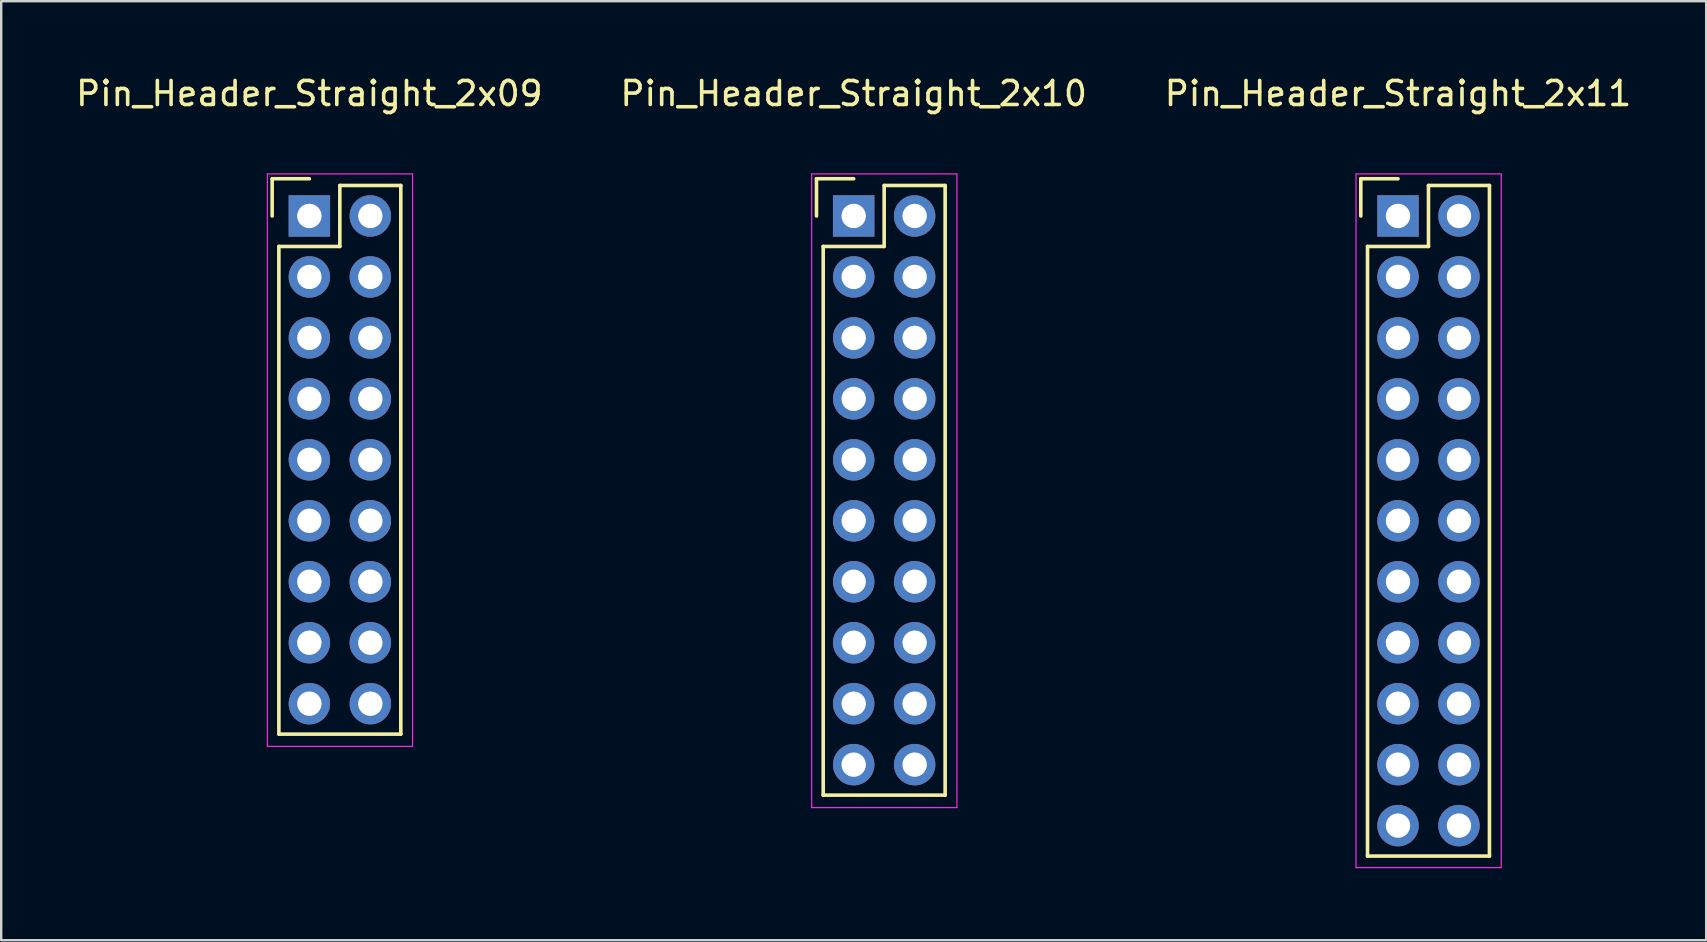
<source format=kicad_pcb>
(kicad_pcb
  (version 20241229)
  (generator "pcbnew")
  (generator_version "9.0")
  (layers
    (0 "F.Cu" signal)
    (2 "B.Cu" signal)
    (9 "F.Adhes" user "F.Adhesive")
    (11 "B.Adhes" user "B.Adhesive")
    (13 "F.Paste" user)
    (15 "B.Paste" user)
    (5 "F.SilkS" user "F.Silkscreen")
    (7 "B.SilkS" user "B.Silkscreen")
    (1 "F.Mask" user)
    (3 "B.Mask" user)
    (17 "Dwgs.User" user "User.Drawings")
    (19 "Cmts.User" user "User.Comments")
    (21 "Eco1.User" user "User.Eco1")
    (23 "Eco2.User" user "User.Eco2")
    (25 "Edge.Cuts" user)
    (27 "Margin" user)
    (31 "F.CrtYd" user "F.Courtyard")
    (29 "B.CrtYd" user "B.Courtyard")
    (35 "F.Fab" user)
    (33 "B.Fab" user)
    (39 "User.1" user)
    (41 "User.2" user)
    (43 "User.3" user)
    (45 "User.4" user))
  (footprint "Pin_Header_Straight_2x10"
    (layer "F.Cu")
    (at 32.518 5.948)
    (property "Reference" "Pin_Header_Straight_2x10" (at 0 -5.1 0) (layer "F.SilkS") (effects (font (size 1 1) (thickness 0.15))))
    (attr through_hole)
    (fp_line (start -1.55 -1.55) (end -1.55 0) (stroke (width 0.15) (type solid)) (layer "F.SilkS"))
    (fp_line (start -1.27 1.27) (end -1.27 24.13) (stroke (width 0.15) (type solid)) (layer "F.SilkS"))
    (fp_line (start 0 -1.55) (end -1.55 -1.55) (stroke (width 0.15) (type solid)) (layer "F.SilkS"))
    (fp_line (start 1.27 -1.27) (end 1.27 1.27) (stroke (width 0.15) (type solid)) (layer "F.SilkS"))
    (fp_line (start 1.27 1.27) (end -1.27 1.27) (stroke (width 0.15) (type solid)) (layer "F.SilkS"))
    (fp_line (start 3.81 -1.27) (end 1.27 -1.27) (stroke (width 0.15) (type solid)) (layer "F.SilkS"))
    (fp_line (start 3.81 24.13) (end -1.27 24.13) (stroke (width 0.15) (type solid)) (layer "F.SilkS"))
    (fp_line (start 3.81 24.13) (end 3.81 -1.27) (stroke (width 0.15) (type solid)) (layer "F.SilkS"))
    (fp_line (start -1.75 -1.75) (end -1.75 24.65) (stroke (width 0.05) (type solid)) (layer "F.CrtYd"))
    (fp_line (start -1.75 -1.75) (end 4.3 -1.75) (stroke (width 0.05) (type solid)) (layer "F.CrtYd"))
    (fp_line (start -1.75 24.65) (end 4.3 24.65) (stroke (width 0.05) (type solid)) (layer "F.CrtYd"))
    (fp_line (start 4.3 -1.75) (end 4.3 24.65) (stroke (width 0.05) (type solid)) (layer "F.CrtYd"))
    (pad "1" thru_hole rect (at 0 0) (size 1.727 1.727) (drill 1.016) (layers "*.Cu" "*.Mask"))
    (pad "2" thru_hole oval (at 2.54 0) (size 1.727 1.727) (drill 1.016) (layers "*.Cu" "*.Mask"))
    (pad "3" thru_hole oval (at 0 2.54) (size 1.727 1.727) (drill 1.016) (layers "*.Cu" "*.Mask"))
    (pad "4" thru_hole oval (at 2.54 2.54) (size 1.727 1.727) (drill 1.016) (layers "*.Cu" "*.Mask"))
    (pad "5" thru_hole oval (at 0 5.08) (size 1.727 1.727) (drill 1.016) (layers "*.Cu" "*.Mask"))
    (pad "6" thru_hole oval (at 2.54 5.08) (size 1.727 1.727) (drill 1.016) (layers "*.Cu" "*.Mask"))
    (pad "7" thru_hole oval (at 0 7.62) (size 1.727 1.727) (drill 1.016) (layers "*.Cu" "*.Mask"))
    (pad "8" thru_hole oval (at 2.54 7.62) (size 1.727 1.727) (drill 1.016) (layers "*.Cu" "*.Mask"))
    (pad "9" thru_hole oval (at 0 10.16) (size 1.727 1.727) (drill 1.016) (layers "*.Cu" "*.Mask"))
    (pad "10" thru_hole oval (at 2.54 10.16) (size 1.727 1.727) (drill 1.016) (layers "*.Cu" "*.Mask"))
    (pad "11" thru_hole oval (at 0 12.7) (size 1.727 1.727) (drill 1.016) (layers "*.Cu" "*.Mask"))
    (pad "12" thru_hole oval (at 2.54 12.7) (size 1.727 1.727) (drill 1.016) (layers "*.Cu" "*.Mask"))
    (pad "13" thru_hole oval (at 0 15.24) (size 1.727 1.727) (drill 1.016) (layers "*.Cu" "*.Mask"))
    (pad "14" thru_hole oval (at 2.54 15.24) (size 1.727 1.727) (drill 1.016) (layers "*.Cu" "*.Mask"))
    (pad "15" thru_hole oval (at 0 17.78) (size 1.727 1.727) (drill 1.016) (layers "*.Cu" "*.Mask"))
    (pad "16" thru_hole oval (at 2.54 17.78) (size 1.727 1.727) (drill 1.016) (layers "*.Cu" "*.Mask"))
    (pad "17" thru_hole oval (at 0 20.32) (size 1.727 1.727) (drill 1.016) (layers "*.Cu" "*.Mask"))
    (pad "18" thru_hole oval (at 2.54 20.32) (size 1.727 1.727) (drill 1.016) (layers "*.Cu" "*.Mask"))
    (pad "19" thru_hole oval (at 0 22.86) (size 1.727 1.727) (drill 1.016) (layers "*.Cu" "*.Mask"))
    (pad "20" thru_hole oval (at 2.54 22.86) (size 1.727 1.727) (drill 1.016) (layers "*.Cu" "*.Mask")))
  (footprint "Pin_Header_Straight_2x11"
    (layer "F.Cu")
    (at 55.196 5.948)
    (property "Reference" "Pin_Header_Straight_2x11" (at 0 -5.1 0) (layer "F.SilkS") (effects (font (size 1 1) (thickness 0.15))))
    (attr through_hole)
    (fp_line (start -1.55 -1.55) (end -1.55 0) (stroke (width 0.15) (type solid)) (layer "F.SilkS"))
    (fp_line (start -1.27 1.27) (end -1.27 26.67) (stroke (width 0.15) (type solid)) (layer "F.SilkS"))
    (fp_line (start 0 -1.55) (end -1.55 -1.55) (stroke (width 0.15) (type solid)) (layer "F.SilkS"))
    (fp_line (start 1.27 -1.27) (end 1.27 1.27) (stroke (width 0.15) (type solid)) (layer "F.SilkS"))
    (fp_line (start 1.27 1.27) (end -1.27 1.27) (stroke (width 0.15) (type solid)) (layer "F.SilkS"))
    (fp_line (start 3.81 -1.27) (end 1.27 -1.27) (stroke (width 0.15) (type solid)) (layer "F.SilkS"))
    (fp_line (start 3.81 26.67) (end -1.27 26.67) (stroke (width 0.15) (type solid)) (layer "F.SilkS"))
    (fp_line (start 3.81 26.67) (end 3.81 -1.27) (stroke (width 0.15) (type solid)) (layer "F.SilkS"))
    (fp_line (start -1.75 -1.75) (end -1.75 27.15) (stroke (width 0.05) (type solid)) (layer "F.CrtYd"))
    (fp_line (start -1.75 -1.75) (end 4.3 -1.75) (stroke (width 0.05) (type solid)) (layer "F.CrtYd"))
    (fp_line (start -1.75 27.15) (end 4.3 27.15) (stroke (width 0.05) (type solid)) (layer "F.CrtYd"))
    (fp_line (start 4.3 -1.75) (end 4.3 27.15) (stroke (width 0.05) (type solid)) (layer "F.CrtYd"))
    (pad "1" thru_hole rect (at 0 0) (size 1.727 1.727) (drill 1.016) (layers "*.Cu" "*.Mask"))
    (pad "2" thru_hole oval (at 2.54 0) (size 1.727 1.727) (drill 1.016) (layers "*.Cu" "*.Mask"))
    (pad "3" thru_hole oval (at 0 2.54) (size 1.727 1.727) (drill 1.016) (layers "*.Cu" "*.Mask"))
    (pad "4" thru_hole oval (at 2.54 2.54) (size 1.727 1.727) (drill 1.016) (layers "*.Cu" "*.Mask"))
    (pad "5" thru_hole oval (at 0 5.08) (size 1.727 1.727) (drill 1.016) (layers "*.Cu" "*.Mask"))
    (pad "6" thru_hole oval (at 2.54 5.08) (size 1.727 1.727) (drill 1.016) (layers "*.Cu" "*.Mask"))
    (pad "7" thru_hole oval (at 0 7.62) (size 1.727 1.727) (drill 1.016) (layers "*.Cu" "*.Mask"))
    (pad "8" thru_hole oval (at 2.54 7.62) (size 1.727 1.727) (drill 1.016) (layers "*.Cu" "*.Mask"))
    (pad "9" thru_hole oval (at 0 10.16) (size 1.727 1.727) (drill 1.016) (layers "*.Cu" "*.Mask"))
    (pad "10" thru_hole oval (at 2.54 10.16) (size 1.727 1.727) (drill 1.016) (layers "*.Cu" "*.Mask"))
    (pad "11" thru_hole oval (at 0 12.7) (size 1.727 1.727) (drill 1.016) (layers "*.Cu" "*.Mask"))
    (pad "12" thru_hole oval (at 2.54 12.7) (size 1.727 1.727) (drill 1.016) (layers "*.Cu" "*.Mask"))
    (pad "13" thru_hole oval (at 0 15.24) (size 1.727 1.727) (drill 1.016) (layers "*.Cu" "*.Mask"))
    (pad "14" thru_hole oval (at 2.54 15.24) (size 1.727 1.727) (drill 1.016) (layers "*.Cu" "*.Mask"))
    (pad "15" thru_hole oval (at 0 17.78) (size 1.727 1.727) (drill 1.016) (layers "*.Cu" "*.Mask"))
    (pad "16" thru_hole oval (at 2.54 17.78) (size 1.727 1.727) (drill 1.016) (layers "*.Cu" "*.Mask"))
    (pad "17" thru_hole oval (at 0 20.32) (size 1.727 1.727) (drill 1.016) (layers "*.Cu" "*.Mask"))
    (pad "18" thru_hole oval (at 2.54 20.32) (size 1.727 1.727) (drill 1.016) (layers "*.Cu" "*.Mask"))
    (pad "19" thru_hole oval (at 0 22.86) (size 1.727 1.727) (drill 1.016) (layers "*.Cu" "*.Mask"))
    (pad "20" thru_hole oval (at 2.54 22.86) (size 1.727 1.727) (drill 1.016) (layers "*.Cu" "*.Mask"))
    (pad "21" thru_hole oval (at 0 25.4) (size 1.727 1.727) (drill 1.016) (layers "*.Cu" "*.Mask"))
    (pad "22" thru_hole oval (at 2.54 25.4) (size 1.727 1.727) (drill 1.016) (layers "*.Cu" "*.Mask")))
  (footprint "Pin_Header_Straight_2x09"
    (layer "F.Cu")
    (at 9.839 5.948)
    (property "Reference" "Pin_Header_Straight_2x09" (at 0 -5.1 0) (layer "F.SilkS") (effects (font (size 1 1) (thickness 0.15))))
    (attr through_hole)
    (fp_line (start -1.55 -1.55) (end -1.55 0) (stroke (width 0.15) (type solid)) (layer "F.SilkS"))
    (fp_line (start -1.27 1.27) (end -1.27 21.59) (stroke (width 0.15) (type solid)) (layer "F.SilkS"))
    (fp_line (start 0 -1.55) (end -1.55 -1.55) (stroke (width 0.15) (type solid)) (layer "F.SilkS"))
    (fp_line (start 1.27 -1.27) (end 1.27 1.27) (stroke (width 0.15) (type solid)) (layer "F.SilkS"))
    (fp_line (start 1.27 1.27) (end -1.27 1.27) (stroke (width 0.15) (type solid)) (layer "F.SilkS"))
    (fp_line (start 3.81 -1.27) (end 1.27 -1.27) (stroke (width 0.15) (type solid)) (layer "F.SilkS"))
    (fp_line (start 3.81 21.59) (end -1.27 21.59) (stroke (width 0.15) (type solid)) (layer "F.SilkS"))
    (fp_line (start 3.81 21.59) (end 3.81 -1.27) (stroke (width 0.15) (type solid)) (layer "F.SilkS"))
    (fp_line (start -1.75 -1.75) (end -1.75 22.1) (stroke (width 0.05) (type solid)) (layer "F.CrtYd"))
    (fp_line (start -1.75 -1.75) (end 4.3 -1.75) (stroke (width 0.05) (type solid)) (layer "F.CrtYd"))
    (fp_line (start -1.75 22.1) (end 4.3 22.1) (stroke (width 0.05) (type solid)) (layer "F.CrtYd"))
    (fp_line (start 4.3 -1.75) (end 4.3 22.1) (stroke (width 0.05) (type solid)) (layer "F.CrtYd"))
    (pad "1" thru_hole rect (at 0 0) (size 1.727 1.727) (drill 1.016) (layers "*.Cu" "*.Mask"))
    (pad "2" thru_hole oval (at 2.54 0) (size 1.727 1.727) (drill 1.016) (layers "*.Cu" "*.Mask"))
    (pad "3" thru_hole oval (at 0 2.54) (size 1.727 1.727) (drill 1.016) (layers "*.Cu" "*.Mask"))
    (pad "4" thru_hole oval (at 2.54 2.54) (size 1.727 1.727) (drill 1.016) (layers "*.Cu" "*.Mask"))
    (pad "5" thru_hole oval (at 0 5.08) (size 1.727 1.727) (drill 1.016) (layers "*.Cu" "*.Mask"))
    (pad "6" thru_hole oval (at 2.54 5.08) (size 1.727 1.727) (drill 1.016) (layers "*.Cu" "*.Mask"))
    (pad "7" thru_hole oval (at 0 7.62) (size 1.727 1.727) (drill 1.016) (layers "*.Cu" "*.Mask"))
    (pad "8" thru_hole oval (at 2.54 7.62) (size 1.727 1.727) (drill 1.016) (layers "*.Cu" "*.Mask"))
    (pad "9" thru_hole oval (at 0 10.16) (size 1.727 1.727) (drill 1.016) (layers "*.Cu" "*.Mask"))
    (pad "10" thru_hole oval (at 2.54 10.16) (size 1.727 1.727) (drill 1.016) (layers "*.Cu" "*.Mask"))
    (pad "11" thru_hole oval (at 0 12.7) (size 1.727 1.727) (drill 1.016) (layers "*.Cu" "*.Mask"))
    (pad "12" thru_hole oval (at 2.54 12.7) (size 1.727 1.727) (drill 1.016) (layers "*.Cu" "*.Mask"))
    (pad "13" thru_hole oval (at 0 15.24) (size 1.727 1.727) (drill 1.016) (layers "*.Cu" "*.Mask"))
    (pad "14" thru_hole oval (at 2.54 15.24) (size 1.727 1.727) (drill 1.016) (layers "*.Cu" "*.Mask"))
    (pad "15" thru_hole oval (at 0 17.78) (size 1.727 1.727) (drill 1.016) (layers "*.Cu" "*.Mask"))
    (pad "16" thru_hole oval (at 2.54 17.78) (size 1.727 1.727) (drill 1.016) (layers "*.Cu" "*.Mask"))
    (pad "17" thru_hole oval (at 0 20.32) (size 1.727 1.727) (drill 1.016) (layers "*.Cu" "*.Mask"))
    (pad "18" thru_hole oval (at 2.54 20.32) (size 1.727 1.727) (drill 1.016) (layers "*.Cu" "*.Mask")))
  (gr_rect
    (start -3 -3)
    (end 68.036 36.123)
    (stroke (width 0.1) (type default))
    (fill no)
    (layer "Edge.Cuts")))
</source>
